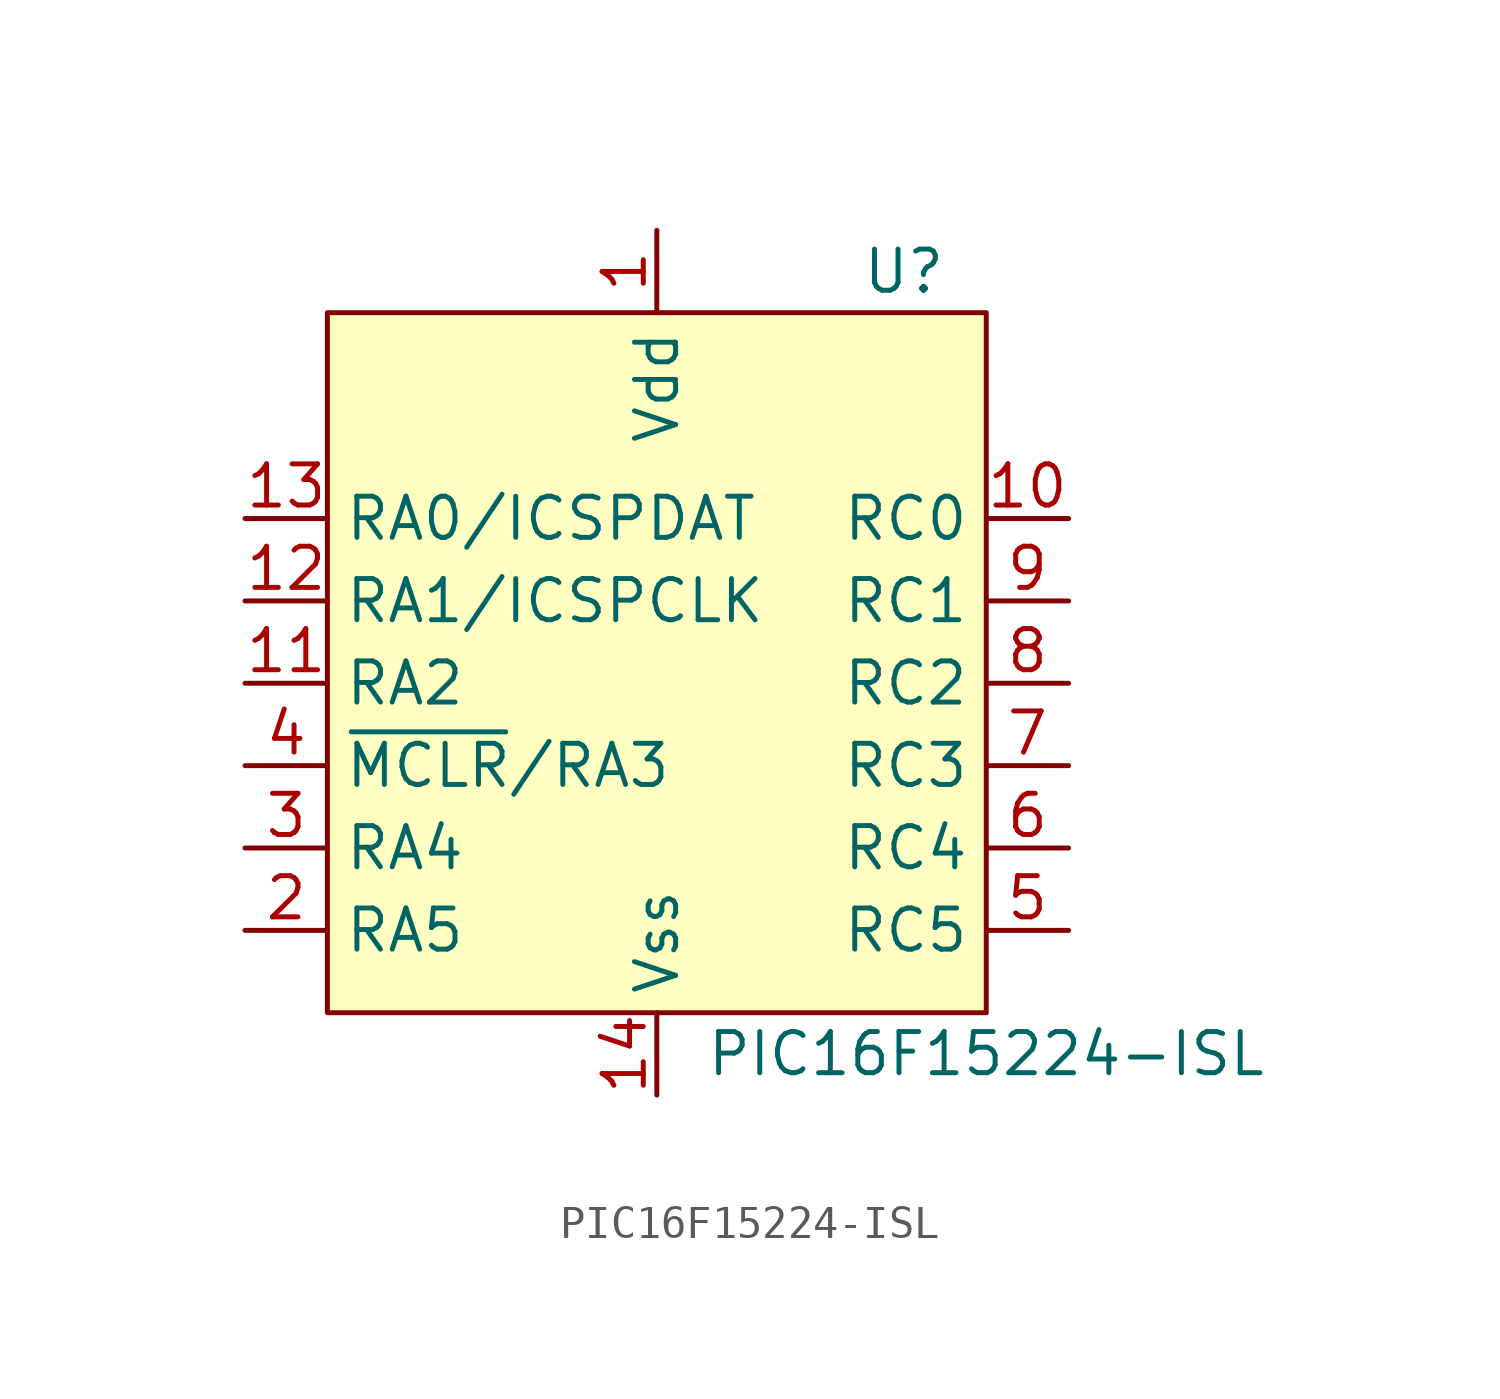
<source format=kicad_sym>
(kicad_symbol_lib
  (version 20211014)
  (generator kicad_symbol_editor)
  (symbol "PIC16F15224-ISL"
    (property "Reference" "U"
      (at 7.62 12.7 0)
      (effects (font (size 1.27 1.27))))
    (property "Value" "PIC16F15224-ISL"
      (at 10.16 -11.43 0)
      (effects (font (size 1.27 1.27))))
    (symbol "PIC16F15224-ISL_0_1"
      (rectangle (start -10.16 11.43) (end 10.16 -10.16) (stroke (width 0) (type default) (color 0 0 0 0)) (fill (type background))))
    (symbol "PIC16F15224-ISL_1_1"
      (pin power_in line (at 0 13.97 270) (length 2.54) (name "Vdd" (effects (font (size 1.27 1.27)))) (number "1" (effects (font (size 1.27 1.27)))))
      (pin bidirectional line (at 12.7 5.08 180) (length 2.54) (name "RC0" (effects (font (size 1.27 1.27)))) (number "10" (effects (font (size 1.27 1.27)))))
      (pin bidirectional line (at -12.7 0 0) (length 2.54) (name "RA2" (effects (font (size 1.27 1.27)))) (number "11" (effects (font (size 1.27 1.27)))))
      (pin bidirectional line (at -12.7 2.54 0) (length 2.54) (name "RA1/ICSPCLK" (effects (font (size 1.27 1.27)))) (number "12" (effects (font (size 1.27 1.27)))))
      (pin bidirectional line (at -12.7 5.08 0) (length 2.54) (name "RA0/ICSPDAT" (effects (font (size 1.27 1.27)))) (number "13" (effects (font (size 1.27 1.27)))))
      (pin passive line (at 0 -12.7 90) (length 2.54) (name "Vss" (effects (font (size 1.27 1.27)))) (number "14" (effects (font (size 1.27 1.27)))))
      (pin bidirectional line (at -12.7 -7.62 0) (length 2.54) (name "RA5" (effects (font (size 1.27 1.27)))) (number "2" (effects (font (size 1.27 1.27)))))
      (pin bidirectional line (at -12.7 -5.08 0) (length 2.54) (name "RA4" (effects (font (size 1.27 1.27)))) (number "3" (effects (font (size 1.27 1.27)))))
      (pin bidirectional line (at -12.7 -2.54 0) (length 2.54) (name "~{MCLR}/RA3" (effects (font (size 1.27 1.27)))) (number "4" (effects (font (size 1.27 1.27)))))
      (pin bidirectional line (at 12.7 -7.62 180) (length 2.54) (name "RC5" (effects (font (size 1.27 1.27)))) (number "5" (effects (font (size 1.27 1.27)))))
      (pin bidirectional line (at 12.7 -5.08 180) (length 2.54) (name "RC4" (effects (font (size 1.27 1.27)))) (number "6" (effects (font (size 1.27 1.27)))))
      (pin bidirectional line (at 12.7 -2.54 180) (length 2.54) (name "RC3" (effects (font (size 1.27 1.27)))) (number "7" (effects (font (size 1.27 1.27)))))
      (pin bidirectional line (at 12.7 0 180) (length 2.54) (name "RC2" (effects (font (size 1.27 1.27)))) (number "8" (effects (font (size 1.27 1.27)))))
      (pin bidirectional line (at 12.7 2.54 180) (length 2.54) (name "RC1" (effects (font (size 1.27 1.27)))) (number "9" (effects (font (size 1.27 1.27))))))))
</source>
